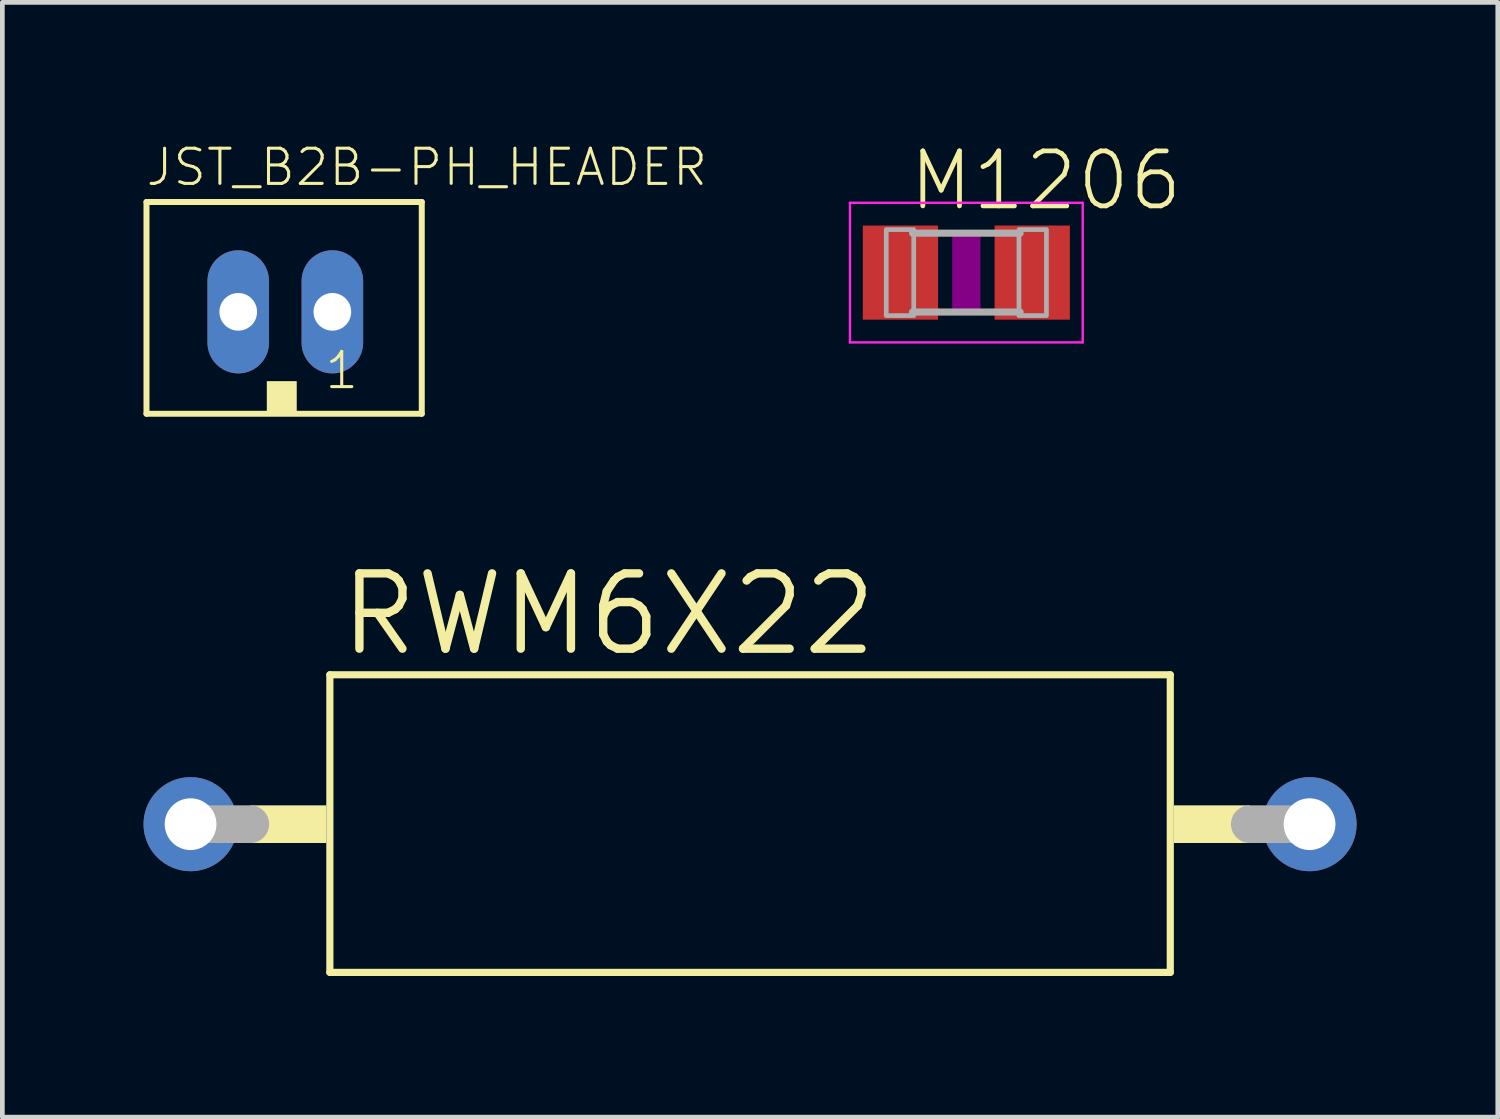
<source format=kicad_pcb>
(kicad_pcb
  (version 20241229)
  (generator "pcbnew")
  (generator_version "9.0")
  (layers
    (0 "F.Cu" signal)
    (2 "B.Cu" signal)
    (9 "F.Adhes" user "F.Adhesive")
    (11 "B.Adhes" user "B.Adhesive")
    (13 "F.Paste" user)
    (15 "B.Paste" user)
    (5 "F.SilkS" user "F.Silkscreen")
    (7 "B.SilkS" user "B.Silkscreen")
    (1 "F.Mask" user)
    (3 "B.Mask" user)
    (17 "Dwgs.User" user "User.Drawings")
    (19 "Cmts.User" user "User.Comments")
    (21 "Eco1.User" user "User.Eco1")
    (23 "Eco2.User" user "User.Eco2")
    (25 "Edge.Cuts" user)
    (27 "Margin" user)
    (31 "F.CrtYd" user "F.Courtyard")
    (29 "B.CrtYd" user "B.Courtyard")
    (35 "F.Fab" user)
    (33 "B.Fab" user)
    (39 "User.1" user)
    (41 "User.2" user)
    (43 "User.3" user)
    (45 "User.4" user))
  (footprint "M1206"
    (layer "F.Cu")
    (at 17.486 2.743)
    (property "Reference" "M1206" (at -1.27 -1.27 0) (layer "F.SilkS") (effects (font (size 1.168 1.168) (thickness 0.102)) (justify left bottom)))
    (fp_poly (pts (xy -0.3 0.8) (xy 0.3 0.8) (xy 0.3 -0.8) (xy -0.3 -0.8)) (stroke (width 0) (type default)) (fill yes) (layer "F.Adhes"))
    (fp_line (start -2.473 -1.483) (end 2.473 -1.483) (stroke (width 0.051) (type solid)) (layer "F.CrtYd"))
    (fp_line (start -2.473 1.483) (end -2.473 -1.483) (stroke (width 0.051) (type solid)) (layer "F.CrtYd"))
    (fp_line (start 2.473 -1.483) (end 2.473 1.483) (stroke (width 0.051) (type solid)) (layer "F.CrtYd"))
    (fp_line (start 2.473 1.483) (end -2.473 1.483) (stroke (width 0.051) (type solid)) (layer "F.CrtYd"))
    (fp_line (start 1.143 -0.838) (end -1.143 -0.838) (stroke (width 0.152) (type solid)) (layer "F.Fab"))
    (fp_line (start 1.143 0.838) (end -1.143 0.838) (stroke (width 0.152) (type solid)) (layer "F.Fab"))
    (fp_poly (pts (xy -1.702 0.914) (xy -1.118 0.914) (xy -1.118 -0.914) (xy -1.702 -0.914)) (stroke (width 0.1) (type default)) (fill no) (layer "F.Fab"))
    (fp_poly (pts (xy 1.118 0.914) (xy 1.702 0.914) (xy 1.702 -0.914) (xy 1.118 -0.914)) (stroke (width 0.1) (type default)) (fill no) (layer "F.Fab"))
    (pad "1" smd rect (at -1.4 0) (size 1.6 2) (layers "F.Cu" "F.Mask" "F.Paste"))
    (pad "2" smd rect (at 1.4 0) (size 1.6 2) (layers "F.Cu" "F.Mask" "F.Paste")))
  (footprint "JST_B2B-PH_HEADER"
    (layer "F.Cu")
    (at 2.938 3.625)
    (property "Reference" "JST_B2B-PH_HEADER" (at -2.925 -2.683 0) (layer "F.SilkS") (effects (font (size 0.748 0.748) (thickness 0.065)) (justify left bottom)))
    (fp_line (start -2.875 -2.382) (end 2.975 -2.382) (stroke (width 0.127) (type solid)) (layer "F.SilkS"))
    (fp_line (start -2.875 2.118) (end -2.875 -2.382) (stroke (width 0.127) (type solid)) (layer "F.SilkS"))
    (fp_line (start 2.975 -2.382) (end 2.975 2.118) (stroke (width 0.127) (type solid)) (layer "F.SilkS"))
    (fp_line (start 2.975 2.118) (end -2.875 2.118) (stroke (width 0.127) (type solid)) (layer "F.SilkS"))
    (fp_poly (pts (xy -0.318 2.06) (xy 0.318 2.06) (xy 0.318 1.425) (xy -0.318 1.425)) (stroke (width 0) (type default)) (fill yes) (layer "F.SilkS"))
    (fp_text user "1" (at 0.875 1.635 0) (layer "F.SilkS") (effects (font (size 0.748 0.748) (thickness 0.065)) (justify left bottom)))
    (pad "P1" thru_hole oval (at 1.075 -0.048 90) (size 2.616 1.308) (drill 0.8) (layers "*.Cu" "*.Mask"))
    (pad "P2" thru_hole oval (at -0.925 -0.048 90) (size 2.616 1.308) (drill 0.8) (layers "*.Cu" "*.Mask")))
  (footprint "RWM6X22"
    (layer "F.Cu")
    (at 12.89 14.465)
    (property "Reference" "RWM6X22" (at -8.8 -3.525 0) (layer "F.SilkS") (effects (font (size 1.6 1.6) (thickness 0.178)) (justify left bottom)))
    (fp_line (start -8.93 -3.175) (end -8.93 3.15) (stroke (width 0.152) (type solid)) (layer "F.SilkS"))
    (fp_line (start -8.93 3.15) (end 8.93 3.15) (stroke (width 0.152) (type solid)) (layer "F.SilkS"))
    (fp_line (start 8.93 -3.175) (end -8.93 -3.175) (stroke (width 0.152) (type solid)) (layer "F.SilkS"))
    (fp_line (start 8.93 3.15) (end 8.93 -3.175) (stroke (width 0.152) (type solid)) (layer "F.SilkS"))
    (fp_poly (pts (xy -10.62 0.4) (xy -9.005 0.4) (xy -9.005 -0.4) (xy -10.62 -0.4)) (stroke (width 0) (type default)) (fill yes) (layer "F.SilkS"))
    (fp_poly (pts (xy 9.005 0.4) (xy 10.62 0.4) (xy 10.62 -0.4) (xy 9.005 -0.4)) (stroke (width 0) (type default)) (fill yes) (layer "F.SilkS"))
    (fp_line (start -11.89 0) (end -10.62 0) (stroke (width 0.8) (type solid)) (layer "F.Fab"))
    (fp_line (start 10.62 0) (end 11.89 0) (stroke (width 0.8) (type solid)) (layer "F.Fab"))
    (pad "1" thru_hole circle (at -11.89 0) (size 2 2) (drill 1.1) (layers "*.Cu" "*.Mask"))
    (pad "2" thru_hole circle (at 11.89 0) (size 2 2) (drill 1.1) (layers "*.Cu" "*.Mask")))
  (gr_rect
    (start -3 -3)
    (end 28.78 20.691)
    (stroke (width 0.1) (type default))
    (fill no)
    (layer "Edge.Cuts")))
</source>
